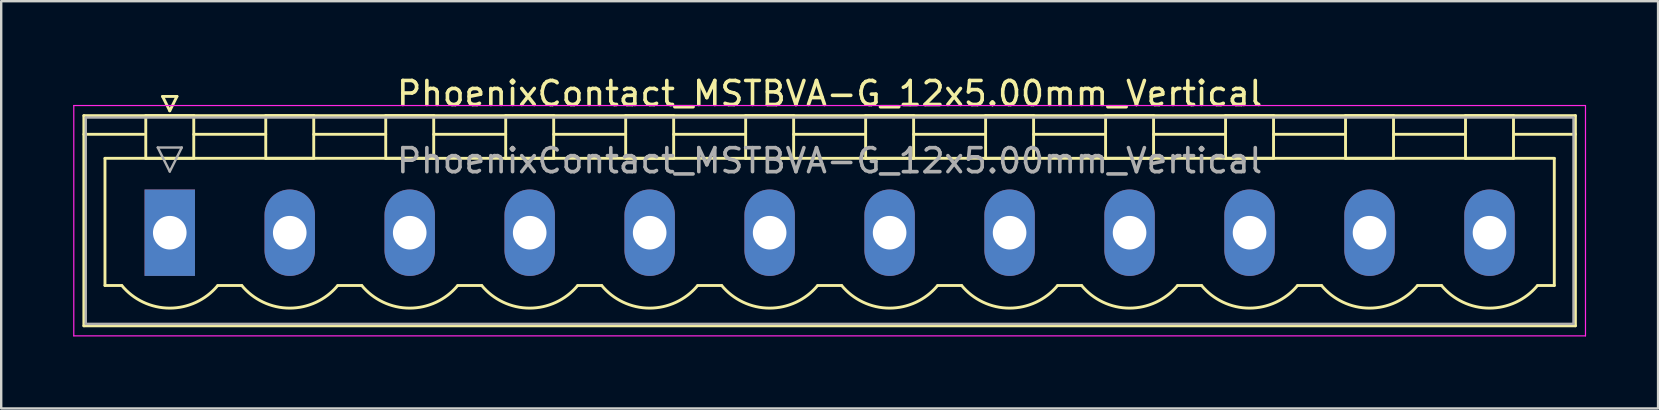
<source format=kicad_pcb>
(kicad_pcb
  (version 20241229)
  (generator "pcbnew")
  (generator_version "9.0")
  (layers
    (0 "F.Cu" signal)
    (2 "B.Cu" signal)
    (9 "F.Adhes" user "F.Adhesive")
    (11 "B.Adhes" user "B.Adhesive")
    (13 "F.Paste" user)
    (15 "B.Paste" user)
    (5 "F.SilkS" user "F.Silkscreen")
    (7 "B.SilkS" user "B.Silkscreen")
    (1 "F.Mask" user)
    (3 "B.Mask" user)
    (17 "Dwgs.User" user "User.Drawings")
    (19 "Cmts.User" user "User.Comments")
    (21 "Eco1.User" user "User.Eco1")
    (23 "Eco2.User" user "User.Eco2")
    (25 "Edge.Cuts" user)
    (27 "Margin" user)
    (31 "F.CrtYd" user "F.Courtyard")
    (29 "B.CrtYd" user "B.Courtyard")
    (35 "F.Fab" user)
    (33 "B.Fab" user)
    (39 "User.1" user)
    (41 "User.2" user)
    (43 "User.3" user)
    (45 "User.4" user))
  (footprint "PhoenixContact_MSTBVA-G_12x5.00mm_Vertical"
    (layer "F.Cu")
    (at 4.025 6.648)
    (property "Reference" "PhoenixContact_MSTBVA-G_12x5.00mm_Vertical" (at 27.5 -5.8 0) (layer "F.SilkS") (effects (font (size 1 1) (thickness 0.15))))
    (attr through_hole)
    (fp_line (start -3.58 -4.88) (end -3.58 3.88) (stroke (width 0.12) (type solid)) (layer "F.SilkS"))
    (fp_line (start -3.58 -4.1) (end -1.08 -4.1) (stroke (width 0.12) (type solid)) (layer "F.SilkS"))
    (fp_line (start -3.58 3.88) (end 58.58 3.88) (stroke (width 0.12) (type solid)) (layer "F.SilkS"))
    (fp_line (start -2.7 -3.1) (end 57.7 -3.1) (stroke (width 0.12) (type solid)) (layer "F.SilkS"))
    (fp_line (start -2.7 2.2) (end -2.7 -3.1) (stroke (width 0.12) (type solid)) (layer "F.SilkS"))
    (fp_line (start -2 2.2) (end -2.7 2.2) (stroke (width 0.12) (type solid)) (layer "F.SilkS"))
    (fp_line (start -1 -4.88) (end 1 -4.88) (stroke (width 0.12) (type solid)) (layer "F.SilkS"))
    (fp_line (start -1 -3.1) (end -1 -4.88) (stroke (width 0.12) (type solid)) (layer "F.SilkS"))
    (fp_line (start -0.3 -5.68) (end 0.3 -5.68) (stroke (width 0.12) (type solid)) (layer "F.SilkS"))
    (fp_line (start 0 -5.08) (end -0.3 -5.68) (stroke (width 0.12) (type solid)) (layer "F.SilkS"))
    (fp_line (start 0.3 -5.68) (end 0 -5.08) (stroke (width 0.12) (type solid)) (layer "F.SilkS"))
    (fp_line (start 1 -4.88) (end 1 -3.1) (stroke (width 0.12) (type solid)) (layer "F.SilkS"))
    (fp_line (start 1 -4.1) (end 4 -4.1) (stroke (width 0.12) (type solid)) (layer "F.SilkS"))
    (fp_line (start 1 -3.1) (end -1 -3.1) (stroke (width 0.12) (type solid)) (layer "F.SilkS"))
    (fp_line (start 2 2.2) (end 3 2.2) (stroke (width 0.12) (type solid)) (layer "F.SilkS"))
    (fp_line (start 4 -4.88) (end 6 -4.88) (stroke (width 0.12) (type solid)) (layer "F.SilkS"))
    (fp_line (start 4 -3.1) (end 4 -4.88) (stroke (width 0.12) (type solid)) (layer "F.SilkS"))
    (fp_line (start 6 -4.88) (end 6 -3.1) (stroke (width 0.12) (type solid)) (layer "F.SilkS"))
    (fp_line (start 6 -4.1) (end 9 -4.1) (stroke (width 0.12) (type solid)) (layer "F.SilkS"))
    (fp_line (start 6 -3.1) (end 4 -3.1) (stroke (width 0.12) (type solid)) (layer "F.SilkS"))
    (fp_line (start 7 2.2) (end 8 2.2) (stroke (width 0.12) (type solid)) (layer "F.SilkS"))
    (fp_line (start 9 -4.88) (end 11 -4.88) (stroke (width 0.12) (type solid)) (layer "F.SilkS"))
    (fp_line (start 9 -3.1) (end 9 -4.88) (stroke (width 0.12) (type solid)) (layer "F.SilkS"))
    (fp_line (start 11 -4.88) (end 11 -3.1) (stroke (width 0.12) (type solid)) (layer "F.SilkS"))
    (fp_line (start 11 -4.1) (end 14 -4.1) (stroke (width 0.12) (type solid)) (layer "F.SilkS"))
    (fp_line (start 11 -3.1) (end 9 -3.1) (stroke (width 0.12) (type solid)) (layer "F.SilkS"))
    (fp_line (start 12 2.2) (end 13 2.2) (stroke (width 0.12) (type solid)) (layer "F.SilkS"))
    (fp_line (start 14 -4.88) (end 16 -4.88) (stroke (width 0.12) (type solid)) (layer "F.SilkS"))
    (fp_line (start 14 -3.1) (end 14 -4.88) (stroke (width 0.12) (type solid)) (layer "F.SilkS"))
    (fp_line (start 16 -4.88) (end 16 -3.1) (stroke (width 0.12) (type solid)) (layer "F.SilkS"))
    (fp_line (start 16 -4.1) (end 19 -4.1) (stroke (width 0.12) (type solid)) (layer "F.SilkS"))
    (fp_line (start 16 -3.1) (end 14 -3.1) (stroke (width 0.12) (type solid)) (layer "F.SilkS"))
    (fp_line (start 17 2.2) (end 18 2.2) (stroke (width 0.12) (type solid)) (layer "F.SilkS"))
    (fp_line (start 19 -4.88) (end 21 -4.88) (stroke (width 0.12) (type solid)) (layer "F.SilkS"))
    (fp_line (start 19 -3.1) (end 19 -4.88) (stroke (width 0.12) (type solid)) (layer "F.SilkS"))
    (fp_line (start 21 -4.88) (end 21 -3.1) (stroke (width 0.12) (type solid)) (layer "F.SilkS"))
    (fp_line (start 21 -4.1) (end 24 -4.1) (stroke (width 0.12) (type solid)) (layer "F.SilkS"))
    (fp_line (start 21 -3.1) (end 19 -3.1) (stroke (width 0.12) (type solid)) (layer "F.SilkS"))
    (fp_line (start 22 2.2) (end 23 2.2) (stroke (width 0.12) (type solid)) (layer "F.SilkS"))
    (fp_line (start 24 -4.88) (end 26 -4.88) (stroke (width 0.12) (type solid)) (layer "F.SilkS"))
    (fp_line (start 24 -3.1) (end 24 -4.88) (stroke (width 0.12) (type solid)) (layer "F.SilkS"))
    (fp_line (start 26 -4.88) (end 26 -3.1) (stroke (width 0.12) (type solid)) (layer "F.SilkS"))
    (fp_line (start 26 -4.1) (end 29 -4.1) (stroke (width 0.12) (type solid)) (layer "F.SilkS"))
    (fp_line (start 26 -3.1) (end 24 -3.1) (stroke (width 0.12) (type solid)) (layer "F.SilkS"))
    (fp_line (start 27 2.2) (end 28 2.2) (stroke (width 0.12) (type solid)) (layer "F.SilkS"))
    (fp_line (start 29 -4.88) (end 31 -4.88) (stroke (width 0.12) (type solid)) (layer "F.SilkS"))
    (fp_line (start 29 -3.1) (end 29 -4.88) (stroke (width 0.12) (type solid)) (layer "F.SilkS"))
    (fp_line (start 31 -4.88) (end 31 -3.1) (stroke (width 0.12) (type solid)) (layer "F.SilkS"))
    (fp_line (start 31 -4.1) (end 34 -4.1) (stroke (width 0.12) (type solid)) (layer "F.SilkS"))
    (fp_line (start 31 -3.1) (end 29 -3.1) (stroke (width 0.12) (type solid)) (layer "F.SilkS"))
    (fp_line (start 32 2.2) (end 33 2.2) (stroke (width 0.12) (type solid)) (layer "F.SilkS"))
    (fp_line (start 34 -4.88) (end 36 -4.88) (stroke (width 0.12) (type solid)) (layer "F.SilkS"))
    (fp_line (start 34 -3.1) (end 34 -4.88) (stroke (width 0.12) (type solid)) (layer "F.SilkS"))
    (fp_line (start 36 -4.88) (end 36 -3.1) (stroke (width 0.12) (type solid)) (layer "F.SilkS"))
    (fp_line (start 36 -4.1) (end 39 -4.1) (stroke (width 0.12) (type solid)) (layer "F.SilkS"))
    (fp_line (start 36 -3.1) (end 34 -3.1) (stroke (width 0.12) (type solid)) (layer "F.SilkS"))
    (fp_line (start 37 2.2) (end 38 2.2) (stroke (width 0.12) (type solid)) (layer "F.SilkS"))
    (fp_line (start 39 -4.88) (end 41 -4.88) (stroke (width 0.12) (type solid)) (layer "F.SilkS"))
    (fp_line (start 39 -3.1) (end 39 -4.88) (stroke (width 0.12) (type solid)) (layer "F.SilkS"))
    (fp_line (start 41 -4.88) (end 41 -3.1) (stroke (width 0.12) (type solid)) (layer "F.SilkS"))
    (fp_line (start 41 -4.1) (end 44 -4.1) (stroke (width 0.12) (type solid)) (layer "F.SilkS"))
    (fp_line (start 41 -3.1) (end 39 -3.1) (stroke (width 0.12) (type solid)) (layer "F.SilkS"))
    (fp_line (start 42 2.2) (end 43 2.2) (stroke (width 0.12) (type solid)) (layer "F.SilkS"))
    (fp_line (start 44 -4.88) (end 46 -4.88) (stroke (width 0.12) (type solid)) (layer "F.SilkS"))
    (fp_line (start 44 -3.1) (end 44 -4.88) (stroke (width 0.12) (type solid)) (layer "F.SilkS"))
    (fp_line (start 46 -4.88) (end 46 -3.1) (stroke (width 0.12) (type solid)) (layer "F.SilkS"))
    (fp_line (start 46 -4.1) (end 49 -4.1) (stroke (width 0.12) (type solid)) (layer "F.SilkS"))
    (fp_line (start 46 -3.1) (end 44 -3.1) (stroke (width 0.12) (type solid)) (layer "F.SilkS"))
    (fp_line (start 47 2.2) (end 48 2.2) (stroke (width 0.12) (type solid)) (layer "F.SilkS"))
    (fp_line (start 49 -4.88) (end 51 -4.88) (stroke (width 0.12) (type solid)) (layer "F.SilkS"))
    (fp_line (start 49 -3.1) (end 49 -4.88) (stroke (width 0.12) (type solid)) (layer "F.SilkS"))
    (fp_line (start 51 -4.88) (end 51 -3.1) (stroke (width 0.12) (type solid)) (layer "F.SilkS"))
    (fp_line (start 51 -4.1) (end 54 -4.1) (stroke (width 0.12) (type solid)) (layer "F.SilkS"))
    (fp_line (start 51 -3.1) (end 49 -3.1) (stroke (width 0.12) (type solid)) (layer "F.SilkS"))
    (fp_line (start 52 2.2) (end 53 2.2) (stroke (width 0.12) (type solid)) (layer "F.SilkS"))
    (fp_line (start 54 -4.88) (end 56 -4.88) (stroke (width 0.12) (type solid)) (layer "F.SilkS"))
    (fp_line (start 54 -3.1) (end 54 -4.88) (stroke (width 0.12) (type solid)) (layer "F.SilkS"))
    (fp_line (start 56 -4.88) (end 56 -3.1) (stroke (width 0.12) (type solid)) (layer "F.SilkS"))
    (fp_line (start 56 -3.1) (end 54 -3.1) (stroke (width 0.12) (type solid)) (layer "F.SilkS"))
    (fp_line (start 57.7 -3.1) (end 57.7 2.2) (stroke (width 0.12) (type solid)) (layer "F.SilkS"))
    (fp_line (start 57.7 2.2) (end 57 2.2) (stroke (width 0.12) (type solid)) (layer "F.SilkS"))
    (fp_line (start 58.58 -4.88) (end -3.58 -4.88) (stroke (width 0.12) (type solid)) (layer "F.SilkS"))
    (fp_line (start 58.58 -4.1) (end 56.08 -4.1) (stroke (width 0.12) (type solid)) (layer "F.SilkS"))
    (fp_line (start 58.58 3.88) (end 58.58 -4.88) (stroke (width 0.12) (type solid)) (layer "F.SilkS"))
    (fp_arc (start 1.986842 2.215821) (mid -0.010289 3.142758) (end -2 2.2) (stroke (width 0.12) (type solid)) (layer "F.SilkS"))
    (fp_arc (start 6.986842 2.215821) (mid 4.989711 3.142758) (end 3 2.2) (stroke (width 0.12) (type solid)) (layer "F.SilkS"))
    (fp_arc (start 11.986842 2.215821) (mid 9.989711 3.142758) (end 8 2.2) (stroke (width 0.12) (type solid)) (layer "F.SilkS"))
    (fp_arc (start 16.986842 2.215821) (mid 14.989711 3.142758) (end 13 2.2) (stroke (width 0.12) (type solid)) (layer "F.SilkS"))
    (fp_arc (start 21.986842 2.215821) (mid 19.989711 3.142758) (end 18 2.2) (stroke (width 0.12) (type solid)) (layer "F.SilkS"))
    (fp_arc (start 26.986842 2.215821) (mid 24.989711 3.142758) (end 23 2.2) (stroke (width 0.12) (type solid)) (layer "F.SilkS"))
    (fp_arc (start 31.986842 2.215821) (mid 29.989711 3.142758) (end 28 2.2) (stroke (width 0.12) (type solid)) (layer "F.SilkS"))
    (fp_arc (start 36.986842 2.215821) (mid 34.989711 3.142758) (end 33 2.2) (stroke (width 0.12) (type solid)) (layer "F.SilkS"))
    (fp_arc (start 41.986842 2.215821) (mid 39.989711 3.142758) (end 38 2.2) (stroke (width 0.12) (type solid)) (layer "F.SilkS"))
    (fp_arc (start 46.986842 2.215821) (mid 44.989711 3.142758) (end 43 2.2) (stroke (width 0.12) (type solid)) (layer "F.SilkS"))
    (fp_arc (start 51.986842 2.215821) (mid 49.989711 3.142758) (end 48 2.2) (stroke (width 0.12) (type solid)) (layer "F.SilkS"))
    (fp_arc (start 56.986842 2.215821) (mid 54.989711 3.142758) (end 53 2.2) (stroke (width 0.12) (type solid)) (layer "F.SilkS"))
    (fp_line (start -4 -5.3) (end -4 4.3) (stroke (width 0.05) (type solid)) (layer "F.CrtYd"))
    (fp_line (start -4 4.3) (end 59 4.3) (stroke (width 0.05) (type solid)) (layer "F.CrtYd"))
    (fp_line (start 59 -5.3) (end -4 -5.3) (stroke (width 0.05) (type solid)) (layer "F.CrtYd"))
    (fp_line (start 59 4.3) (end 59 -5.3) (stroke (width 0.05) (type solid)) (layer "F.CrtYd"))
    (fp_line (start -3.5 -4.8) (end -3.5 3.8) (stroke (width 0.1) (type solid)) (layer "F.Fab"))
    (fp_line (start -3.5 3.8) (end 58.5 3.8) (stroke (width 0.1) (type solid)) (layer "F.Fab"))
    (fp_line (start -0.5 -3.55) (end 0.5 -3.55) (stroke (width 0.1) (type solid)) (layer "F.Fab"))
    (fp_line (start 0 -2.55) (end -0.5 -3.55) (stroke (width 0.1) (type solid)) (layer "F.Fab"))
    (fp_line (start 0.5 -3.55) (end 0 -2.55) (stroke (width 0.1) (type solid)) (layer "F.Fab"))
    (fp_line (start 58.5 -4.8) (end -3.5 -4.8) (stroke (width 0.1) (type solid)) (layer "F.Fab"))
    (fp_line (start 58.5 3.8) (end 58.5 -4.8) (stroke (width 0.1) (type solid)) (layer "F.Fab"))
    (fp_text user "${REFERENCE}" (at 27.5 -3 0) (layer "F.Fab") (effects (font (size 1 1) (thickness 0.15))))
    (pad "1" thru_hole rect (at 0 0) (size 2.1 3.6) (drill 1.4) (layers "*.Cu" "*.Mask"))
    (pad "2" thru_hole oval (at 5 0) (size 2.1 3.6) (drill 1.4) (layers "*.Cu" "*.Mask"))
    (pad "3" thru_hole oval (at 10 0) (size 2.1 3.6) (drill 1.4) (layers "*.Cu" "*.Mask"))
    (pad "4" thru_hole oval (at 15 0) (size 2.1 3.6) (drill 1.4) (layers "*.Cu" "*.Mask"))
    (pad "5" thru_hole oval (at 20 0) (size 2.1 3.6) (drill 1.4) (layers "*.Cu" "*.Mask"))
    (pad "6" thru_hole oval (at 25 0) (size 2.1 3.6) (drill 1.4) (layers "*.Cu" "*.Mask"))
    (pad "7" thru_hole oval (at 30 0) (size 2.1 3.6) (drill 1.4) (layers "*.Cu" "*.Mask"))
    (pad "8" thru_hole oval (at 35 0) (size 2.1 3.6) (drill 1.4) (layers "*.Cu" "*.Mask"))
    (pad "9" thru_hole oval (at 40 0) (size 2.1 3.6) (drill 1.4) (layers "*.Cu" "*.Mask"))
    (pad "10" thru_hole oval (at 45 0) (size 2.1 3.6) (drill 1.4) (layers "*.Cu" "*.Mask"))
    (pad "11" thru_hole oval (at 50 0) (size 2.1 3.6) (drill 1.4) (layers "*.Cu" "*.Mask"))
    (pad "12" thru_hole oval (at 55 0) (size 2.1 3.6) (drill 1.4) (layers "*.Cu" "*.Mask")))
  (gr_rect
    (start -3 -3)
    (end 66.05 13.973)
    (stroke (width 0.1) (type default))
    (fill no)
    (layer "Edge.Cuts")))
</source>
